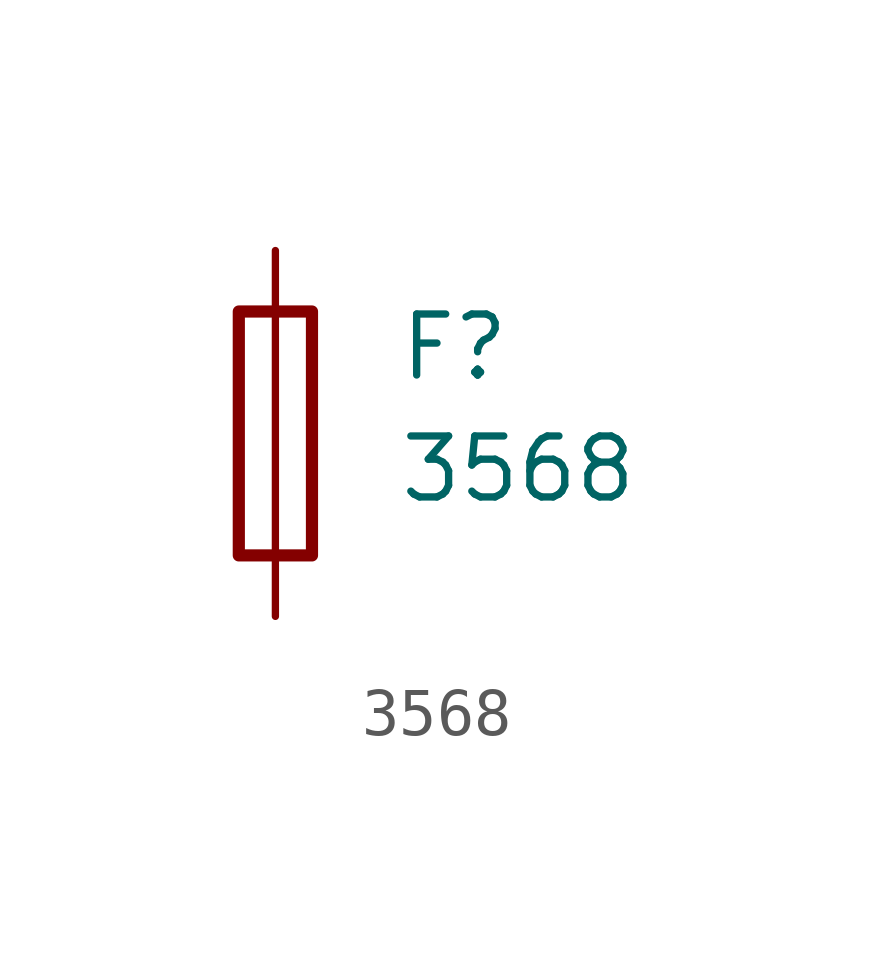
<source format=kicad_sym>
(kicad_symbol_lib
  (version 20220914)
  (generator kicad_symbol_editor)
  (symbol "3568"
    (pin_numbers hide)
    (pin_names hide)
    (property "Reference" "F"
      (at 2.54 2.54 0)
      (effects (font (size 1.27 1.27)) (justify left top)))
    (property "Value" "3568"
      (at 2.54 0 0)
      (effects (font (size 1.27 1.27)) (justify left top)))
    (symbol "3568_0_1"
      (rectangle (start -0.762 2.54) (end 0.762 -2.54) (stroke (width 0.254) (type default)) (fill (type none)))
      (polyline (pts (xy 0 2.54) (xy 0 -2.54)) (stroke (width 0) (type default)) (fill (type none))))
    (symbol "3568_1_1"
      (pin passive line (at 0 -3.81 90) (length 1.27) (name "~" (effects (font (size 1.27 1.27)))) (number "1" (effects (font (size 1.27 1.27)))))
      (pin passive line (at 0 -3.81 90) (length 1.27) hide (name "~" (effects (font (size 1.27 1.27)))) (number "2" (effects (font (size 1.27 1.27)))))
      (pin passive line (at 0 3.81 270) (length 1.27) (name "~" (effects (font (size 1.27 1.27)))) (number "3" (effects (font (size 1.27 1.27)))))
      (pin passive line (at 0 3.81 270) (length 1.27) hide (name "~" (effects (font (size 1.27 1.27)))) (number "4" (effects (font (size 1.27 1.27))))))))
</source>
